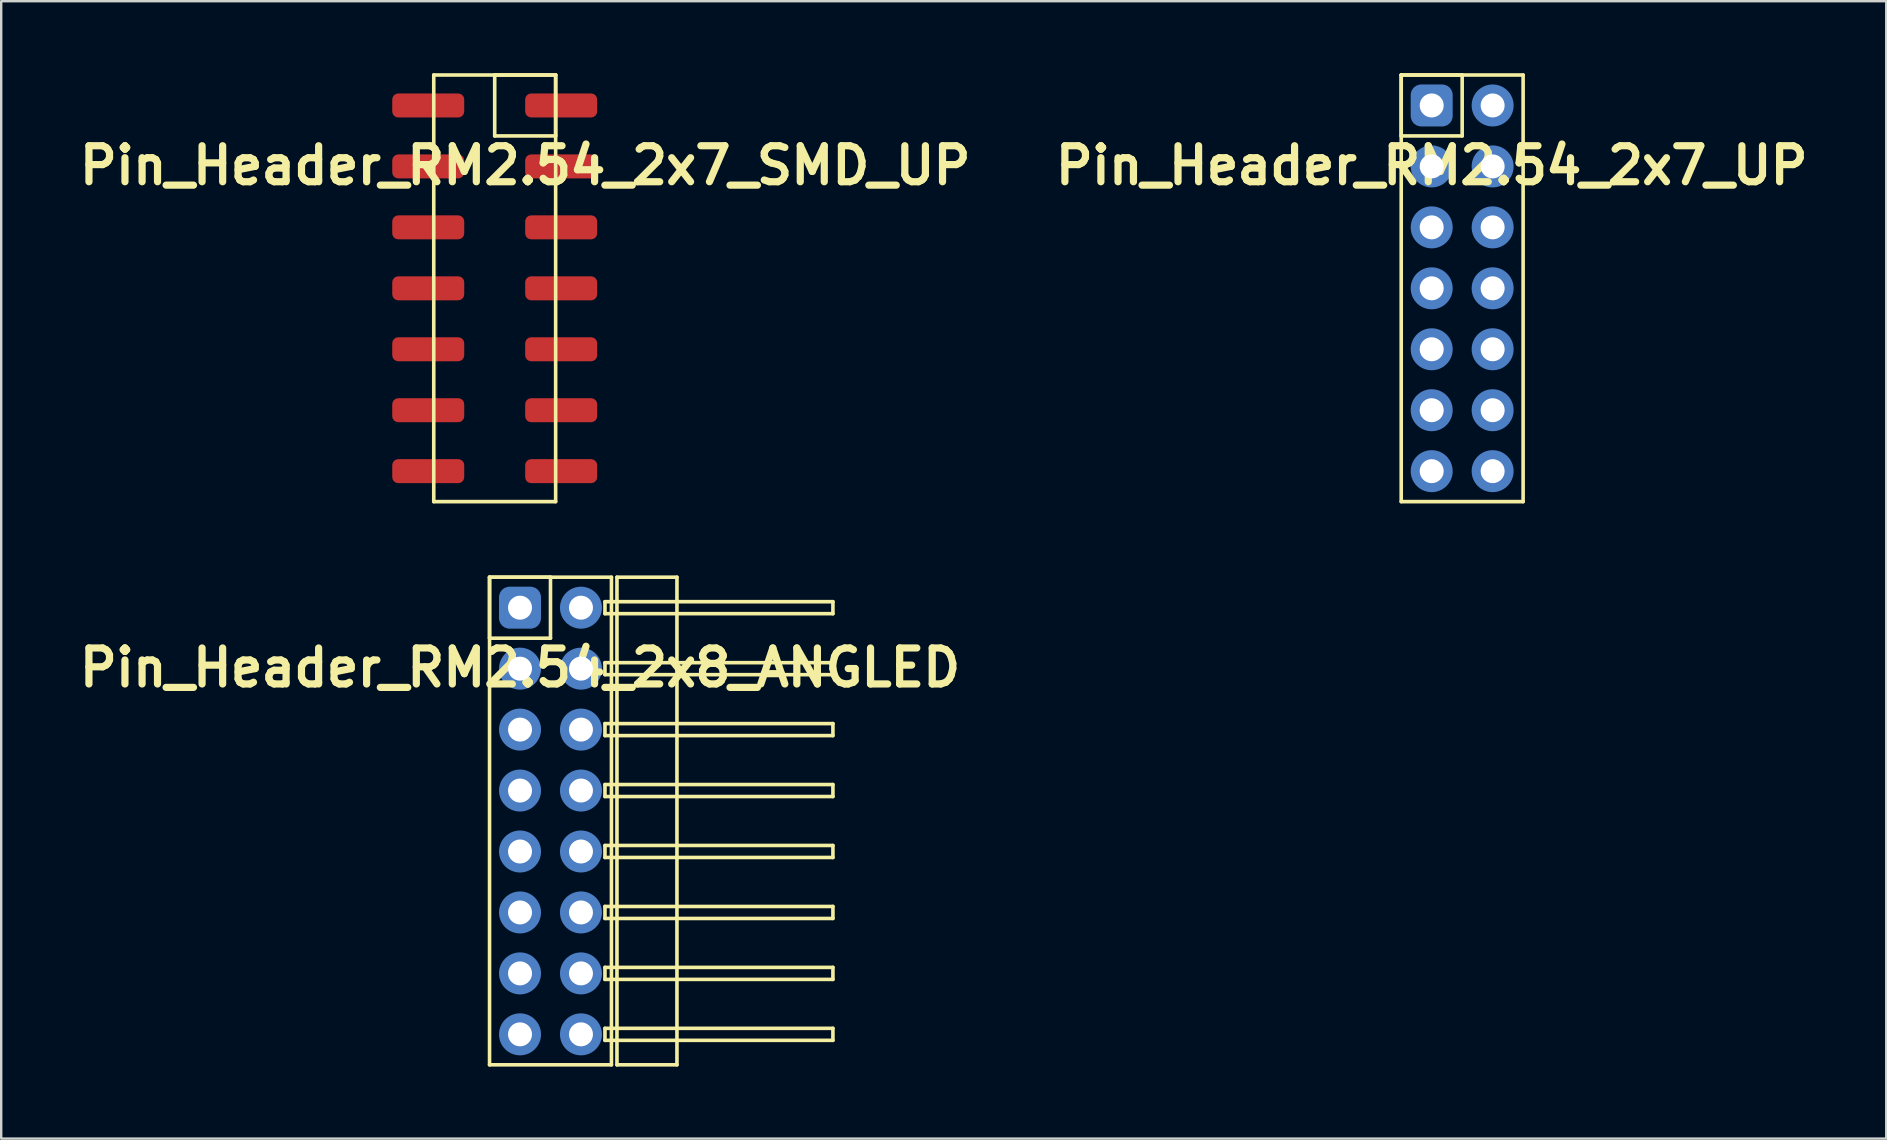
<source format=kicad_pcb>
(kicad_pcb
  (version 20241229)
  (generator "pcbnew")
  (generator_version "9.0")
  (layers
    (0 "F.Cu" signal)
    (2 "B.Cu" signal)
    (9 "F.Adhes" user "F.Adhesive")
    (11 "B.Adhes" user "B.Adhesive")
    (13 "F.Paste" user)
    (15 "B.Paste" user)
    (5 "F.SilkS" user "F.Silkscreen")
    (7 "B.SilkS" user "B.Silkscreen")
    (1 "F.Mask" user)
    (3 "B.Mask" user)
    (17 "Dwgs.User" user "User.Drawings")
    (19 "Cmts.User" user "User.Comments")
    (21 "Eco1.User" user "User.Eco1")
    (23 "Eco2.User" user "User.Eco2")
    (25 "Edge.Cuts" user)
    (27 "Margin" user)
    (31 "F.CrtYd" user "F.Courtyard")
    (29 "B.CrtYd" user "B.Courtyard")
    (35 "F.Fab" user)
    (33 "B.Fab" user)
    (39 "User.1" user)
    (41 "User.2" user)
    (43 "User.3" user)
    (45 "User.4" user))
  (footprint "Pin_Header_RM2.54_2x7_SMD_UP"
    (layer "F.Cu")
    (at 18.836 1.345)
    (property "Reference" "Pin_Header_RM2.54_2x7_SMD_UP" (at 0 2.5 0) (layer "F.SilkS") (effects (font (size 1.5 1.5) (thickness 0.3))))
    (attr through_hole)
    (fp_line (start -3.81 -1.27) (end 1.27 -1.27) (stroke (width 0.15) (type solid)) (layer "F.SilkS"))
    (fp_line (start -3.81 16.51) (end -3.81 -1.27) (stroke (width 0.15) (type solid)) (layer "F.SilkS"))
    (fp_line (start -1.27 -1.27) (end 1.27 -1.27) (stroke (width 0.15) (type solid)) (layer "F.SilkS"))
    (fp_line (start -1.27 1.27) (end -1.27 -1.27) (stroke (width 0.15) (type solid)) (layer "F.SilkS"))
    (fp_line (start 1.27 -1.27) (end 1.27 1.27) (stroke (width 0.15) (type solid)) (layer "F.SilkS"))
    (fp_line (start 1.27 -1.27) (end 1.27 16.51) (stroke (width 0.15) (type solid)) (layer "F.SilkS"))
    (fp_line (start 1.27 1.27) (end -1.27 1.27) (stroke (width 0.15) (type solid)) (layer "F.SilkS"))
    (fp_line (start 1.27 16.51) (end -3.81 16.51) (stroke (width 0.15) (type solid)) (layer "F.SilkS"))
    (pad "1" smd roundrect (at 1.5 0) (size 3 1) (layers "F.Cu" "F.Mask" "F.Paste") (roundrect_rratio 0.25))
    (pad "2" smd roundrect (at -4.04 0) (size 3 1) (layers "F.Cu" "F.Mask" "F.Paste") (roundrect_rratio 0.25))
    (pad "3" smd roundrect (at 1.5 2.54) (size 3 1) (layers "F.Cu" "F.Mask" "F.Paste") (roundrect_rratio 0.25))
    (pad "4" smd roundrect (at -4.04 2.54) (size 3 1) (layers "F.Cu" "F.Mask" "F.Paste") (roundrect_rratio 0.25))
    (pad "5" smd roundrect (at 1.5 5.08) (size 3 1) (layers "F.Cu" "F.Mask" "F.Paste") (roundrect_rratio 0.25))
    (pad "6" smd roundrect (at -4.04 5.08) (size 3 1) (layers "F.Cu" "F.Mask" "F.Paste") (roundrect_rratio 0.25))
    (pad "7" smd roundrect (at 1.5 7.62) (size 3 1) (layers "F.Cu" "F.Mask" "F.Paste") (roundrect_rratio 0.25))
    (pad "8" smd roundrect (at -4.04 7.62) (size 3 1) (layers "F.Cu" "F.Mask" "F.Paste") (roundrect_rratio 0.25))
    (pad "9" smd roundrect (at 1.5 10.16) (size 3 1) (layers "F.Cu" "F.Mask" "F.Paste") (roundrect_rratio 0.25))
    (pad "10" smd roundrect (at -4.04 10.16) (size 3 1) (layers "F.Cu" "F.Mask" "F.Paste") (roundrect_rratio 0.25))
    (pad "11" smd roundrect (at 1.5 12.7) (size 3 1) (layers "F.Cu" "F.Mask" "F.Paste") (roundrect_rratio 0.25))
    (pad "12" smd roundrect (at -4.04 12.7) (size 3 1) (layers "F.Cu" "F.Mask" "F.Paste") (roundrect_rratio 0.25))
    (pad "13" smd roundrect (at 1.5 15.24) (size 3 1) (layers "F.Cu" "F.Mask" "F.Paste") (roundrect_rratio 0.25))
    (pad "14" smd roundrect (at -4.04 15.24) (size 3 1) (layers "F.Cu" "F.Mask" "F.Paste") (roundrect_rratio 0.25)))
  (footprint "Pin_Header_RM2.54_2x7_UP"
    (layer "F.Cu")
    (at 56.614 1.345)
    (property "Reference" "Pin_Header_RM2.54_2x7_UP" (at 0 2.5 0) (layer "F.SilkS") (effects (font (size 1.5 1.5) (thickness 0.3))))
    (attr through_hole)
    (fp_line (start -1.27 -1.27) (end 1.27 -1.27) (stroke (width 0.15) (type solid)) (layer "F.SilkS"))
    (fp_line (start -1.27 -1.27) (end 3.81 -1.27) (stroke (width 0.15) (type solid)) (layer "F.SilkS"))
    (fp_line (start -1.27 1.27) (end -1.27 -1.27) (stroke (width 0.15) (type solid)) (layer "F.SilkS"))
    (fp_line (start -1.27 16.51) (end -1.27 -1.27) (stroke (width 0.15) (type solid)) (layer "F.SilkS"))
    (fp_line (start 1.27 -1.27) (end 1.27 1.27) (stroke (width 0.15) (type solid)) (layer "F.SilkS"))
    (fp_line (start 1.27 1.27) (end -1.27 1.27) (stroke (width 0.15) (type solid)) (layer "F.SilkS"))
    (fp_line (start 3.81 -1.27) (end 3.81 16.51) (stroke (width 0.15) (type solid)) (layer "F.SilkS"))
    (fp_line (start 3.81 16.51) (end -1.27 16.51) (stroke (width 0.15) (type solid)) (layer "F.SilkS"))
    (pad "1" thru_hole circle (at 0 0) (size 1.3 1.3) (drill 1) (layers "*.Cu" "*.Mask"))
    (pad "1" smd roundrect (at 0 0) (size 1.75 1.75) (layers "B.Cu" "B.Mask") (roundrect_rratio 0.25))
    (pad "2" thru_hole circle (at 2.54 0) (size 1.3 1.3) (drill 1) (layers "*.Cu" "*.Mask"))
    (pad "2" smd circle (at 2.54 0) (size 1.75 1.75) (layers "B.Cu" "B.Mask"))
    (pad "3" thru_hole circle (at 0 2.54) (size 1.3 1.3) (drill 1) (layers "*.Cu" "*.Mask"))
    (pad "3" smd circle (at 0 2.54) (size 1.75 1.75) (layers "B.Cu" "B.Mask"))
    (pad "4" thru_hole circle (at 2.54 2.54) (size 1.3 1.3) (drill 1) (layers "*.Cu" "*.Mask"))
    (pad "4" smd circle (at 2.54 2.54) (size 1.75 1.75) (layers "B.Cu" "B.Mask"))
    (pad "5" thru_hole circle (at 0 5.08) (size 1.3 1.3) (drill 1) (layers "*.Cu" "*.Mask"))
    (pad "5" smd circle (at 0 5.08) (size 1.75 1.75) (layers "B.Cu" "B.Mask"))
    (pad "6" thru_hole circle (at 2.54 5.08) (size 1.3 1.3) (drill 1) (layers "*.Cu" "*.Mask"))
    (pad "6" smd circle (at 2.54 5.08) (size 1.75 1.75) (layers "B.Cu" "B.Mask"))
    (pad "7" thru_hole circle (at 0 7.62) (size 1.3 1.3) (drill 1) (layers "*.Cu" "*.Mask"))
    (pad "7" smd circle (at 0 7.62) (size 1.75 1.75) (layers "B.Cu" "B.Mask"))
    (pad "8" thru_hole circle (at 2.54 7.62) (size 1.3 1.3) (drill 1) (layers "*.Cu" "*.Mask"))
    (pad "8" smd circle (at 2.54 7.62) (size 1.75 1.75) (layers "B.Cu" "B.Mask"))
    (pad "9" thru_hole circle (at 0 10.16) (size 1.3 1.3) (drill 1) (layers "*.Cu" "*.Mask"))
    (pad "9" smd circle (at 0 10.16) (size 1.75 1.75) (layers "B.Cu" "B.Mask"))
    (pad "10" thru_hole circle (at 2.54 10.16) (size 1.3 1.3) (drill 1) (layers "*.Cu" "*.Mask"))
    (pad "10" smd circle (at 2.54 10.16) (size 1.75 1.75) (layers "B.Cu" "B.Mask"))
    (pad "11" thru_hole circle (at 0 12.7) (size 1.3 1.3) (drill 1) (layers "*.Cu" "*.Mask"))
    (pad "11" smd circle (at 0 12.7) (size 1.75 1.75) (layers "B.Cu" "B.Mask"))
    (pad "12" thru_hole circle (at 2.54 12.7) (size 1.3 1.3) (drill 1) (layers "*.Cu" "*.Mask"))
    (pad "12" smd circle (at 2.54 12.7) (size 1.75 1.75) (layers "B.Cu" "B.Mask"))
    (pad "13" thru_hole circle (at 0 15.24) (size 1.3 1.3) (drill 1) (layers "*.Cu" "*.Mask"))
    (pad "13" smd circle (at 0 15.24) (size 1.75 1.75) (layers "B.Cu" "B.Mask"))
    (pad "14" thru_hole circle (at 2.54 15.24) (size 1.3 1.3) (drill 1) (layers "*.Cu" "*.Mask"))
    (pad "14" smd circle (at 2.54 15.24) (size 1.75 1.75) (layers "B.Cu" "B.Mask")))
  (footprint "Pin_Header_RM2.54_2x8_ANGLED"
    (layer "F.Cu")
    (at 18.621 22.275)
    (property "Reference" "Pin_Header_RM2.54_2x8_ANGLED" (at 0 2.5 0) (layer "F.SilkS") (effects (font (size 1.5 1.5) (thickness 0.3))))
    (attr through_hole)
    (fp_line (start -1.27 -1.27) (end 1.27 -1.27) (stroke (width 0.15) (type solid)) (layer "F.SilkS"))
    (fp_line (start -1.27 -1.27) (end 3.81 -1.27) (stroke (width 0.15) (type solid)) (layer "F.SilkS"))
    (fp_line (start -1.27 1.27) (end -1.27 -1.27) (stroke (width 0.15) (type solid)) (layer "F.SilkS"))
    (fp_line (start -1.27 19.05) (end -1.27 -1.27) (stroke (width 0.15) (type solid)) (layer "F.SilkS"))
    (fp_line (start 1.27 -1.27) (end 1.27 1.27) (stroke (width 0.15) (type solid)) (layer "F.SilkS"))
    (fp_line (start 1.27 1.27) (end -1.27 1.27) (stroke (width 0.15) (type solid)) (layer "F.SilkS"))
    (fp_line (start 3.54 -0.25) (end 13.04 -0.25) (stroke (width 0.15) (type solid)) (layer "F.SilkS"))
    (fp_line (start 3.54 0.25) (end 3.54 -0.25) (stroke (width 0.15) (type solid)) (layer "F.SilkS"))
    (fp_line (start 3.54 2.29) (end 13.04 2.29) (stroke (width 0.15) (type solid)) (layer "F.SilkS"))
    (fp_line (start 3.54 2.79) (end 3.54 2.29) (stroke (width 0.15) (type solid)) (layer "F.SilkS"))
    (fp_line (start 3.54 4.83) (end 13.04 4.83) (stroke (width 0.15) (type solid)) (layer "F.SilkS"))
    (fp_line (start 3.54 5.33) (end 3.54 4.83) (stroke (width 0.15) (type solid)) (layer "F.SilkS"))
    (fp_line (start 3.54 7.37) (end 13.04 7.37) (stroke (width 0.15) (type solid)) (layer "F.SilkS"))
    (fp_line (start 3.54 7.87) (end 3.54 7.37) (stroke (width 0.15) (type solid)) (layer "F.SilkS"))
    (fp_line (start 3.54 9.91) (end 13.04 9.91) (stroke (width 0.15) (type solid)) (layer "F.SilkS"))
    (fp_line (start 3.54 10.41) (end 3.54 9.91) (stroke (width 0.15) (type solid)) (layer "F.SilkS"))
    (fp_line (start 3.54 12.45) (end 13.04 12.45) (stroke (width 0.15) (type solid)) (layer "F.SilkS"))
    (fp_line (start 3.54 12.95) (end 3.54 12.45) (stroke (width 0.15) (type solid)) (layer "F.SilkS"))
    (fp_line (start 3.54 14.99) (end 13.04 14.99) (stroke (width 0.15) (type solid)) (layer "F.SilkS"))
    (fp_line (start 3.54 15.49) (end 3.54 14.99) (stroke (width 0.15) (type solid)) (layer "F.SilkS"))
    (fp_line (start 3.54 17.53) (end 13.04 17.53) (stroke (width 0.15) (type solid)) (layer "F.SilkS"))
    (fp_line (start 3.54 18.03) (end 3.54 17.53) (stroke (width 0.15) (type solid)) (layer "F.SilkS"))
    (fp_line (start 3.81 -1.27) (end 3.81 19.05) (stroke (width 0.15) (type solid)) (layer "F.SilkS"))
    (fp_line (start 3.81 19.05) (end -1.27 19.05) (stroke (width 0.15) (type solid)) (layer "F.SilkS"))
    (fp_line (start 4.04 -1.27) (end 6.54 -1.27) (stroke (width 0.15) (type solid)) (layer "F.SilkS"))
    (fp_line (start 4.04 19.05) (end 4.04 -1.27) (stroke (width 0.15) (type solid)) (layer "F.SilkS"))
    (fp_line (start 6.54 -1.27) (end 6.54 19.05) (stroke (width 0.15) (type solid)) (layer "F.SilkS"))
    (fp_line (start 6.54 19.05) (end 4.04 19.05) (stroke (width 0.15) (type solid)) (layer "F.SilkS"))
    (fp_line (start 13.04 -0.25) (end 13.04 0.25) (stroke (width 0.15) (type solid)) (layer "F.SilkS"))
    (fp_line (start 13.04 0.25) (end 3.54 0.25) (stroke (width 0.15) (type solid)) (layer "F.SilkS"))
    (fp_line (start 13.04 2.29) (end 13.04 2.79) (stroke (width 0.15) (type solid)) (layer "F.SilkS"))
    (fp_line (start 13.04 2.79) (end 3.54 2.79) (stroke (width 0.15) (type solid)) (layer "F.SilkS"))
    (fp_line (start 13.04 4.83) (end 13.04 5.33) (stroke (width 0.15) (type solid)) (layer "F.SilkS"))
    (fp_line (start 13.04 5.33) (end 3.54 5.33) (stroke (width 0.15) (type solid)) (layer "F.SilkS"))
    (fp_line (start 13.04 7.37) (end 13.04 7.87) (stroke (width 0.15) (type solid)) (layer "F.SilkS"))
    (fp_line (start 13.04 7.87) (end 3.54 7.87) (stroke (width 0.15) (type solid)) (layer "F.SilkS"))
    (fp_line (start 13.04 9.91) (end 13.04 10.41) (stroke (width 0.15) (type solid)) (layer "F.SilkS"))
    (fp_line (start 13.04 10.41) (end 3.54 10.41) (stroke (width 0.15) (type solid)) (layer "F.SilkS"))
    (fp_line (start 13.04 12.45) (end 13.04 12.95) (stroke (width 0.15) (type solid)) (layer "F.SilkS"))
    (fp_line (start 13.04 12.95) (end 3.54 12.95) (stroke (width 0.15) (type solid)) (layer "F.SilkS"))
    (fp_line (start 13.04 14.99) (end 13.04 15.49) (stroke (width 0.15) (type solid)) (layer "F.SilkS"))
    (fp_line (start 13.04 15.49) (end 3.54 15.49) (stroke (width 0.15) (type solid)) (layer "F.SilkS"))
    (fp_line (start 13.04 17.53) (end 13.04 18.03) (stroke (width 0.15) (type solid)) (layer "F.SilkS"))
    (fp_line (start 13.04 18.03) (end 3.54 18.03) (stroke (width 0.15) (type solid)) (layer "F.SilkS"))
    (pad "1" thru_hole circle (at 0 0) (size 1.3 1.3) (drill 1) (layers "*.Cu" "*.Mask"))
    (pad "1" smd roundrect (at 0 0) (size 1.5 1.5) (layers "F.Cu" "F.Mask") (roundrect_rratio 0.25))
    (pad "1" smd roundrect (at 0 0) (size 1.75 1.75) (layers "B.Cu" "B.Mask") (roundrect_rratio 0.25))
    (pad "2" thru_hole circle (at 2.54 0) (size 1.3 1.3) (drill 1) (layers "*.Cu" "*.Mask"))
    (pad "2" smd circle (at 2.54 0) (size 1.5 1.5) (layers "F.Cu" "F.Mask"))
    (pad "2" smd circle (at 2.54 0) (size 1.75 1.75) (layers "B.Cu" "B.Mask"))
    (pad "3" thru_hole circle (at 0 2.54) (size 1.3 1.3) (drill 1) (layers "*.Cu" "*.Mask"))
    (pad "3" smd circle (at 0 2.54) (size 1.5 1.5) (layers "F.Cu" "F.Mask"))
    (pad "3" smd circle (at 0 2.54) (size 1.75 1.75) (layers "B.Cu" "B.Mask"))
    (pad "4" thru_hole circle (at 2.54 2.54) (size 1.3 1.3) (drill 1) (layers "*.Cu" "*.Mask"))
    (pad "4" smd circle (at 2.54 2.54) (size 1.5 1.5) (layers "F.Cu" "F.Mask"))
    (pad "4" smd circle (at 2.54 2.54) (size 1.75 1.75) (layers "B.Cu" "B.Mask"))
    (pad "5" thru_hole circle (at 0 5.08) (size 1.3 1.3) (drill 1) (layers "*.Cu" "*.Mask"))
    (pad "5" smd circle (at 0 5.08) (size 1.5 1.5) (layers "F.Cu" "F.Mask"))
    (pad "5" smd circle (at 0 5.08) (size 1.75 1.75) (layers "B.Cu" "B.Mask"))
    (pad "6" thru_hole circle (at 2.54 5.08) (size 1.3 1.3) (drill 1) (layers "*.Cu" "*.Mask"))
    (pad "6" smd circle (at 2.54 5.08) (size 1.5 1.5) (layers "F.Cu" "F.Mask"))
    (pad "6" smd circle (at 2.54 5.08) (size 1.75 1.75) (layers "B.Cu" "B.Mask"))
    (pad "7" thru_hole circle (at 0 7.62) (size 1.3 1.3) (drill 1) (layers "*.Cu" "*.Mask"))
    (pad "7" smd circle (at 0 7.62) (size 1.5 1.5) (layers "F.Cu" "F.Mask"))
    (pad "7" smd circle (at 0 7.62) (size 1.75 1.75) (layers "B.Cu" "B.Mask"))
    (pad "8" thru_hole circle (at 2.54 7.62) (size 1.3 1.3) (drill 1) (layers "*.Cu" "*.Mask"))
    (pad "8" smd circle (at 2.54 7.62) (size 1.5 1.5) (layers "F.Cu" "F.Mask"))
    (pad "8" smd circle (at 2.54 7.62) (size 1.75 1.75) (layers "B.Cu" "B.Mask"))
    (pad "9" thru_hole circle (at 0 10.16) (size 1.3 1.3) (drill 1) (layers "*.Cu" "*.Mask"))
    (pad "9" smd circle (at 0 10.16) (size 1.5 1.5) (layers "F.Cu" "F.Mask"))
    (pad "9" smd circle (at 0 10.16) (size 1.75 1.75) (layers "B.Cu" "B.Mask"))
    (pad "10" thru_hole circle (at 2.54 10.16) (size 1.3 1.3) (drill 1) (layers "*.Cu" "*.Mask"))
    (pad "10" smd circle (at 2.54 10.16) (size 1.5 1.5) (layers "F.Cu" "F.Mask"))
    (pad "10" smd circle (at 2.54 10.16) (size 1.75 1.75) (layers "B.Cu" "B.Mask"))
    (pad "11" thru_hole circle (at 0 12.7) (size 1.3 1.3) (drill 1) (layers "*.Cu" "*.Mask"))
    (pad "11" smd circle (at 0 12.7) (size 1.5 1.5) (layers "F.Cu" "F.Mask"))
    (pad "11" smd circle (at 0 12.7) (size 1.75 1.75) (layers "B.Cu" "B.Mask"))
    (pad "12" thru_hole circle (at 2.54 12.7) (size 1.3 1.3) (drill 1) (layers "*.Cu" "*.Mask"))
    (pad "12" smd circle (at 2.54 12.7) (size 1.5 1.5) (layers "F.Cu" "F.Mask"))
    (pad "12" smd circle (at 2.54 12.7) (size 1.75 1.75) (layers "B.Cu" "B.Mask"))
    (pad "13" thru_hole circle (at 0 15.24) (size 1.3 1.3) (drill 1) (layers "*.Cu" "*.Mask"))
    (pad "13" smd circle (at 0 15.24) (size 1.5 1.5) (layers "F.Cu" "F.Mask"))
    (pad "13" smd circle (at 0 15.24) (size 1.75 1.75) (layers "B.Cu" "B.Mask"))
    (pad "14" thru_hole circle (at 2.54 15.24) (size 1.3 1.3) (drill 1) (layers "*.Cu" "*.Mask"))
    (pad "14" smd circle (at 2.54 15.24) (size 1.5 1.5) (layers "F.Cu" "F.Mask"))
    (pad "14" smd circle (at 2.54 15.24) (size 1.75 1.75) (layers "B.Cu" "B.Mask"))
    (pad "15" thru_hole circle (at 0 17.78) (size 1.3 1.3) (drill 1) (layers "*.Cu" "*.Mask"))
    (pad "15" smd circle (at 0 17.78) (size 1.5 1.5) (layers "F.Cu" "F.Mask"))
    (pad "15" smd circle (at 0 17.78) (size 1.75 1.75) (layers "B.Cu" "B.Mask"))
    (pad "16" thru_hole circle (at 2.54 17.78) (size 1.3 1.3) (drill 1) (layers "*.Cu" "*.Mask"))
    (pad "16" smd circle (at 2.54 17.78) (size 1.5 1.5) (layers "F.Cu" "F.Mask"))
    (pad "16" smd circle (at 2.54 17.78) (size 1.75 1.75) (layers "B.Cu" "B.Mask")))
  (gr_rect
    (start -3 -3)
    (end 75.557 44.4)
    (stroke (width 0.1) (type default))
    (fill no)
    (layer "Edge.Cuts")))
</source>
